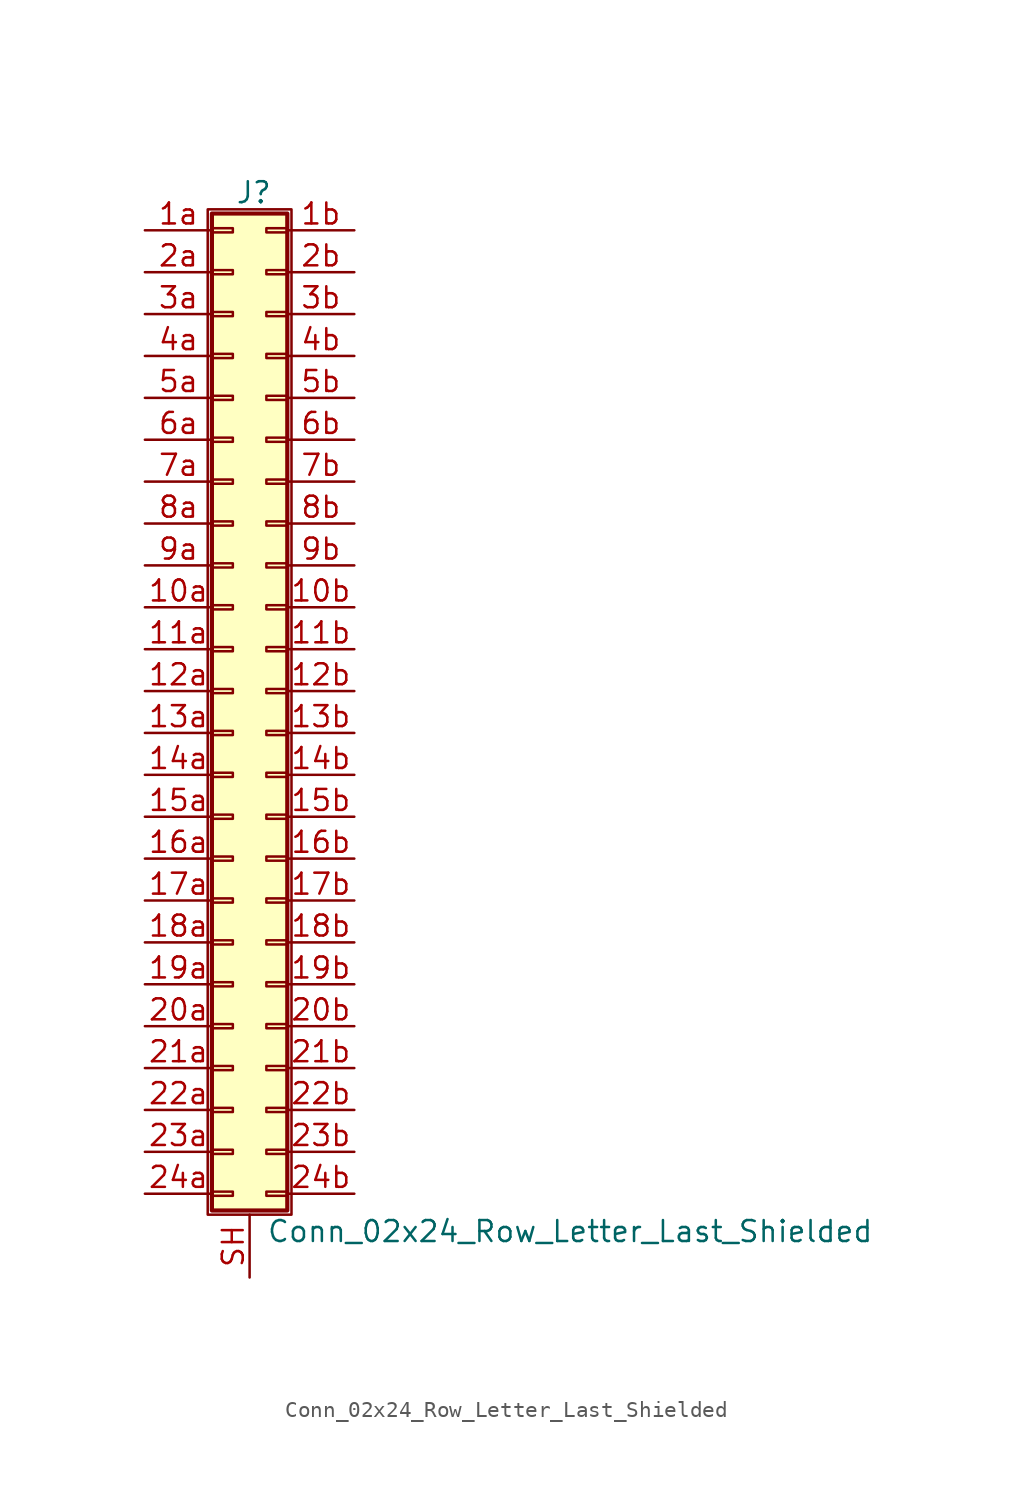
<source format=kicad_sym>
(kicad_symbol_lib
  (version 20201005)
  (generator kicad_symbol_editor)
  (symbol "Conn_02x24_Row_Letter_Last_Shielded"
    (pin_names
      (offset 1.016) hide)
    (property "Reference" "J"
      (at 1.524 30.226 0)
      (effects (font (size 1.27 1.27))))
    (property "Value" "Conn_02x24_Row_Letter_Last_Shielded"
      (at 2.286 -32.766 0)
      (effects (font (size 1.27 1.27)) (justify left)))
    (symbol "Conn_02x24_Row_Letter_Last_Shielded_1_1"
      (rectangle (start -1.27 29.21) (end 3.81 -31.75) (stroke (width 0.152)) (fill (type none)))
      (rectangle (start -1.016 -30.353) (end 0.254 -30.607) (stroke (width 0.152)) (fill (type none)))
      (rectangle (start -1.016 -27.813) (end 0.254 -28.067) (stroke (width 0.152)) (fill (type none)))
      (rectangle (start -1.016 -25.273) (end 0.254 -25.527) (stroke (width 0.152)) (fill (type none)))
      (rectangle (start -1.016 -22.733) (end 0.254 -22.987) (stroke (width 0.152)) (fill (type none)))
      (rectangle (start -1.016 -20.193) (end 0.254 -20.447) (stroke (width 0.152)) (fill (type none)))
      (rectangle (start -1.016 -17.653) (end 0.254 -17.907) (stroke (width 0.152)) (fill (type none)))
      (rectangle (start -1.016 -15.113) (end 0.254 -15.367) (stroke (width 0.152)) (fill (type none)))
      (rectangle (start -1.016 -12.573) (end 0.254 -12.827) (stroke (width 0.152)) (fill (type none)))
      (rectangle (start -1.016 -10.033) (end 0.254 -10.287) (stroke (width 0.152)) (fill (type none)))
      (rectangle (start -1.016 -7.493) (end 0.254 -7.747) (stroke (width 0.152)) (fill (type none)))
      (rectangle (start -1.016 -4.953) (end 0.254 -5.207) (stroke (width 0.152)) (fill (type none)))
      (rectangle (start -1.016 -2.413) (end 0.254 -2.667) (stroke (width 0.152)) (fill (type none)))
      (rectangle (start -1.016 0.127) (end 0.254 -0.127) (stroke (width 0.152)) (fill (type none)))
      (rectangle (start -1.016 2.667) (end 0.254 2.413) (stroke (width 0.152)) (fill (type none)))
      (rectangle (start -1.016 5.207) (end 0.254 4.953) (stroke (width 0.152)) (fill (type none)))
      (rectangle (start -1.016 7.747) (end 0.254 7.493) (stroke (width 0.152)) (fill (type none)))
      (rectangle (start -1.016 10.287) (end 0.254 10.033) (stroke (width 0.152)) (fill (type none)))
      (rectangle (start -1.016 12.827) (end 0.254 12.573) (stroke (width 0.152)) (fill (type none)))
      (rectangle (start -1.016 15.367) (end 0.254 15.113) (stroke (width 0.152)) (fill (type none)))
      (rectangle (start -1.016 17.907) (end 0.254 17.653) (stroke (width 0.152)) (fill (type none)))
      (rectangle (start -1.016 20.447) (end 0.254 20.193) (stroke (width 0.152)) (fill (type none)))
      (rectangle (start -1.016 22.987) (end 0.254 22.733) (stroke (width 0.152)) (fill (type none)))
      (rectangle (start -1.016 25.527) (end 0.254 25.273) (stroke (width 0.152)) (fill (type none)))
      (rectangle (start -1.016 28.067) (end 0.254 27.813) (stroke (width 0.152)) (fill (type none)))
      (rectangle (start 3.556 -30.353) (end 2.286 -30.607) (stroke (width 0.152)) (fill (type none)))
      (rectangle (start 3.556 -27.813) (end 2.286 -28.067) (stroke (width 0.152)) (fill (type none)))
      (rectangle (start 3.556 -25.273) (end 2.286 -25.527) (stroke (width 0.152)) (fill (type none)))
      (rectangle (start 3.556 -22.733) (end 2.286 -22.987) (stroke (width 0.152)) (fill (type none)))
      (rectangle (start 3.556 -20.193) (end 2.286 -20.447) (stroke (width 0.152)) (fill (type none)))
      (rectangle (start 3.556 -17.653) (end 2.286 -17.907) (stroke (width 0.152)) (fill (type none)))
      (rectangle (start 3.556 -15.113) (end 2.286 -15.367) (stroke (width 0.152)) (fill (type none)))
      (rectangle (start 3.556 -12.573) (end 2.286 -12.827) (stroke (width 0.152)) (fill (type none)))
      (rectangle (start 3.556 -10.033) (end 2.286 -10.287) (stroke (width 0.152)) (fill (type none)))
      (rectangle (start 3.556 -7.493) (end 2.286 -7.747) (stroke (width 0.152)) (fill (type none)))
      (rectangle (start 3.556 -4.953) (end 2.286 -5.207) (stroke (width 0.152)) (fill (type none)))
      (rectangle (start 3.556 -2.413) (end 2.286 -2.667) (stroke (width 0.152)) (fill (type none)))
      (rectangle (start 3.556 0.127) (end 2.286 -0.127) (stroke (width 0.152)) (fill (type none)))
      (rectangle (start 3.556 2.667) (end 2.286 2.413) (stroke (width 0.152)) (fill (type none)))
      (rectangle (start 3.556 5.207) (end 2.286 4.953) (stroke (width 0.152)) (fill (type none)))
      (rectangle (start 3.556 7.747) (end 2.286 7.493) (stroke (width 0.152)) (fill (type none)))
      (rectangle (start 3.556 10.287) (end 2.286 10.033) (stroke (width 0.152)) (fill (type none)))
      (rectangle (start 3.556 12.827) (end 2.286 12.573) (stroke (width 0.152)) (fill (type none)))
      (rectangle (start 3.556 15.367) (end 2.286 15.113) (stroke (width 0.152)) (fill (type none)))
      (rectangle (start 3.556 17.907) (end 2.286 17.653) (stroke (width 0.152)) (fill (type none)))
      (rectangle (start 3.556 20.447) (end 2.286 20.193) (stroke (width 0.152)) (fill (type none)))
      (rectangle (start 3.556 22.987) (end 2.286 22.733) (stroke (width 0.152)) (fill (type none)))
      (rectangle (start 3.556 25.527) (end 2.286 25.273) (stroke (width 0.152)) (fill (type none)))
      (rectangle (start 3.556 28.067) (end 2.286 27.813) (stroke (width 0.152)) (fill (type none)))
      (rectangle (start -1.016 28.956) (end 3.556 -31.496) (stroke (width 0.254)) (fill (type background)))
      (pin passive line (at -5.08 5.08 0) (length 4.064) (name "Pin_10a" (effects (font (size 1.27 1.27)))) (number "10a" (effects (font (size 1.27 1.27)))))
      (pin passive line (at 7.62 5.08 180) (length 4.064) (name "Pin_10b" (effects (font (size 1.27 1.27)))) (number "10b" (effects (font (size 1.27 1.27)))))
      (pin passive line (at -5.08 2.54 0) (length 4.064) (name "Pin_11a" (effects (font (size 1.27 1.27)))) (number "11a" (effects (font (size 1.27 1.27)))))
      (pin passive line (at 7.62 2.54 180) (length 4.064) (name "Pin_11b" (effects (font (size 1.27 1.27)))) (number "11b" (effects (font (size 1.27 1.27)))))
      (pin passive line (at -5.08 0 0) (length 4.064) (name "Pin_12a" (effects (font (size 1.27 1.27)))) (number "12a" (effects (font (size 1.27 1.27)))))
      (pin passive line (at 7.62 0 180) (length 4.064) (name "Pin_12b" (effects (font (size 1.27 1.27)))) (number "12b" (effects (font (size 1.27 1.27)))))
      (pin passive line (at -5.08 -2.54 0) (length 4.064) (name "Pin_13a" (effects (font (size 1.27 1.27)))) (number "13a" (effects (font (size 1.27 1.27)))))
      (pin passive line (at 7.62 -2.54 180) (length 4.064) (name "Pin_13b" (effects (font (size 1.27 1.27)))) (number "13b" (effects (font (size 1.27 1.27)))))
      (pin passive line (at -5.08 -5.08 0) (length 4.064) (name "Pin_14a" (effects (font (size 1.27 1.27)))) (number "14a" (effects (font (size 1.27 1.27)))))
      (pin passive line (at 7.62 -5.08 180) (length 4.064) (name "Pin_14b" (effects (font (size 1.27 1.27)))) (number "14b" (effects (font (size 1.27 1.27)))))
      (pin passive line (at -5.08 -7.62 0) (length 4.064) (name "Pin_15a" (effects (font (size 1.27 1.27)))) (number "15a" (effects (font (size 1.27 1.27)))))
      (pin passive line (at 7.62 -7.62 180) (length 4.064) (name "Pin_15b" (effects (font (size 1.27 1.27)))) (number "15b" (effects (font (size 1.27 1.27)))))
      (pin passive line (at -5.08 -10.16 0) (length 4.064) (name "Pin_16a" (effects (font (size 1.27 1.27)))) (number "16a" (effects (font (size 1.27 1.27)))))
      (pin passive line (at 7.62 -10.16 180) (length 4.064) (name "Pin_16b" (effects (font (size 1.27 1.27)))) (number "16b" (effects (font (size 1.27 1.27)))))
      (pin passive line (at -5.08 -12.7 0) (length 4.064) (name "Pin_17a" (effects (font (size 1.27 1.27)))) (number "17a" (effects (font (size 1.27 1.27)))))
      (pin passive line (at 7.62 -12.7 180) (length 4.064) (name "Pin_17b" (effects (font (size 1.27 1.27)))) (number "17b" (effects (font (size 1.27 1.27)))))
      (pin passive line (at -5.08 -15.24 0) (length 4.064) (name "Pin_18a" (effects (font (size 1.27 1.27)))) (number "18a" (effects (font (size 1.27 1.27)))))
      (pin passive line (at 7.62 -15.24 180) (length 4.064) (name "Pin_18b" (effects (font (size 1.27 1.27)))) (number "18b" (effects (font (size 1.27 1.27)))))
      (pin passive line (at -5.08 -17.78 0) (length 4.064) (name "Pin_19a" (effects (font (size 1.27 1.27)))) (number "19a" (effects (font (size 1.27 1.27)))))
      (pin passive line (at 7.62 -17.78 180) (length 4.064) (name "Pin_19b" (effects (font (size 1.27 1.27)))) (number "19b" (effects (font (size 1.27 1.27)))))
      (pin passive line (at -5.08 27.94 0) (length 4.064) (name "Pin_1a" (effects (font (size 1.27 1.27)))) (number "1a" (effects (font (size 1.27 1.27)))))
      (pin passive line (at 7.62 27.94 180) (length 4.064) (name "Pin_1b" (effects (font (size 1.27 1.27)))) (number "1b" (effects (font (size 1.27 1.27)))))
      (pin passive line (at -5.08 -20.32 0) (length 4.064) (name "Pin_20a" (effects (font (size 1.27 1.27)))) (number "20a" (effects (font (size 1.27 1.27)))))
      (pin passive line (at 7.62 -20.32 180) (length 4.064) (name "Pin_20b" (effects (font (size 1.27 1.27)))) (number "20b" (effects (font (size 1.27 1.27)))))
      (pin passive line (at -5.08 -22.86 0) (length 4.064) (name "Pin_21a" (effects (font (size 1.27 1.27)))) (number "21a" (effects (font (size 1.27 1.27)))))
      (pin passive line (at 7.62 -22.86 180) (length 4.064) (name "Pin_21b" (effects (font (size 1.27 1.27)))) (number "21b" (effects (font (size 1.27 1.27)))))
      (pin passive line (at -5.08 -25.4 0) (length 4.064) (name "Pin_22a" (effects (font (size 1.27 1.27)))) (number "22a" (effects (font (size 1.27 1.27)))))
      (pin passive line (at 7.62 -25.4 180) (length 4.064) (name "Pin_22b" (effects (font (size 1.27 1.27)))) (number "22b" (effects (font (size 1.27 1.27)))))
      (pin passive line (at -5.08 -27.94 0) (length 4.064) (name "Pin_23a" (effects (font (size 1.27 1.27)))) (number "23a" (effects (font (size 1.27 1.27)))))
      (pin passive line (at 7.62 -27.94 180) (length 4.064) (name "Pin_23b" (effects (font (size 1.27 1.27)))) (number "23b" (effects (font (size 1.27 1.27)))))
      (pin passive line (at -5.08 -30.48 0) (length 4.064) (name "Pin_24a" (effects (font (size 1.27 1.27)))) (number "24a" (effects (font (size 1.27 1.27)))))
      (pin passive line (at 7.62 -30.48 180) (length 4.064) (name "Pin_24b" (effects (font (size 1.27 1.27)))) (number "24b" (effects (font (size 1.27 1.27)))))
      (pin passive line (at -5.08 25.4 0) (length 4.064) (name "Pin_2a" (effects (font (size 1.27 1.27)))) (number "2a" (effects (font (size 1.27 1.27)))))
      (pin passive line (at 7.62 25.4 180) (length 4.064) (name "Pin_2b" (effects (font (size 1.27 1.27)))) (number "2b" (effects (font (size 1.27 1.27)))))
      (pin passive line (at -5.08 22.86 0) (length 4.064) (name "Pin_3a" (effects (font (size 1.27 1.27)))) (number "3a" (effects (font (size 1.27 1.27)))))
      (pin passive line (at 7.62 22.86 180) (length 4.064) (name "Pin_3b" (effects (font (size 1.27 1.27)))) (number "3b" (effects (font (size 1.27 1.27)))))
      (pin passive line (at -5.08 20.32 0) (length 4.064) (name "Pin_4a" (effects (font (size 1.27 1.27)))) (number "4a" (effects (font (size 1.27 1.27)))))
      (pin passive line (at 7.62 20.32 180) (length 4.064) (name "Pin_4b" (effects (font (size 1.27 1.27)))) (number "4b" (effects (font (size 1.27 1.27)))))
      (pin passive line (at -5.08 17.78 0) (length 4.064) (name "Pin_5a" (effects (font (size 1.27 1.27)))) (number "5a" (effects (font (size 1.27 1.27)))))
      (pin passive line (at 7.62 17.78 180) (length 4.064) (name "Pin_5b" (effects (font (size 1.27 1.27)))) (number "5b" (effects (font (size 1.27 1.27)))))
      (pin passive line (at -5.08 15.24 0) (length 4.064) (name "Pin_6a" (effects (font (size 1.27 1.27)))) (number "6a" (effects (font (size 1.27 1.27)))))
      (pin passive line (at 7.62 15.24 180) (length 4.064) (name "Pin_6b" (effects (font (size 1.27 1.27)))) (number "6b" (effects (font (size 1.27 1.27)))))
      (pin passive line (at -5.08 12.7 0) (length 4.064) (name "Pin_7a" (effects (font (size 1.27 1.27)))) (number "7a" (effects (font (size 1.27 1.27)))))
      (pin passive line (at 7.62 12.7 180) (length 4.064) (name "Pin_7b" (effects (font (size 1.27 1.27)))) (number "7b" (effects (font (size 1.27 1.27)))))
      (pin passive line (at -5.08 10.16 0) (length 4.064) (name "Pin_8a" (effects (font (size 1.27 1.27)))) (number "8a" (effects (font (size 1.27 1.27)))))
      (pin passive line (at 7.62 10.16 180) (length 4.064) (name "Pin_8b" (effects (font (size 1.27 1.27)))) (number "8b" (effects (font (size 1.27 1.27)))))
      (pin passive line (at -5.08 7.62 0) (length 4.064) (name "Pin_9a" (effects (font (size 1.27 1.27)))) (number "9a" (effects (font (size 1.27 1.27)))))
      (pin passive line (at 7.62 7.62 180) (length 4.064) (name "Pin_9b" (effects (font (size 1.27 1.27)))) (number "9b" (effects (font (size 1.27 1.27)))))
      (pin passive line (at 1.27 -35.56 90) (length 3.81) (name "Shield" (effects (font (size 1.27 1.27)))) (number "SH" (effects (font (size 1.27 1.27))))))))
</source>
